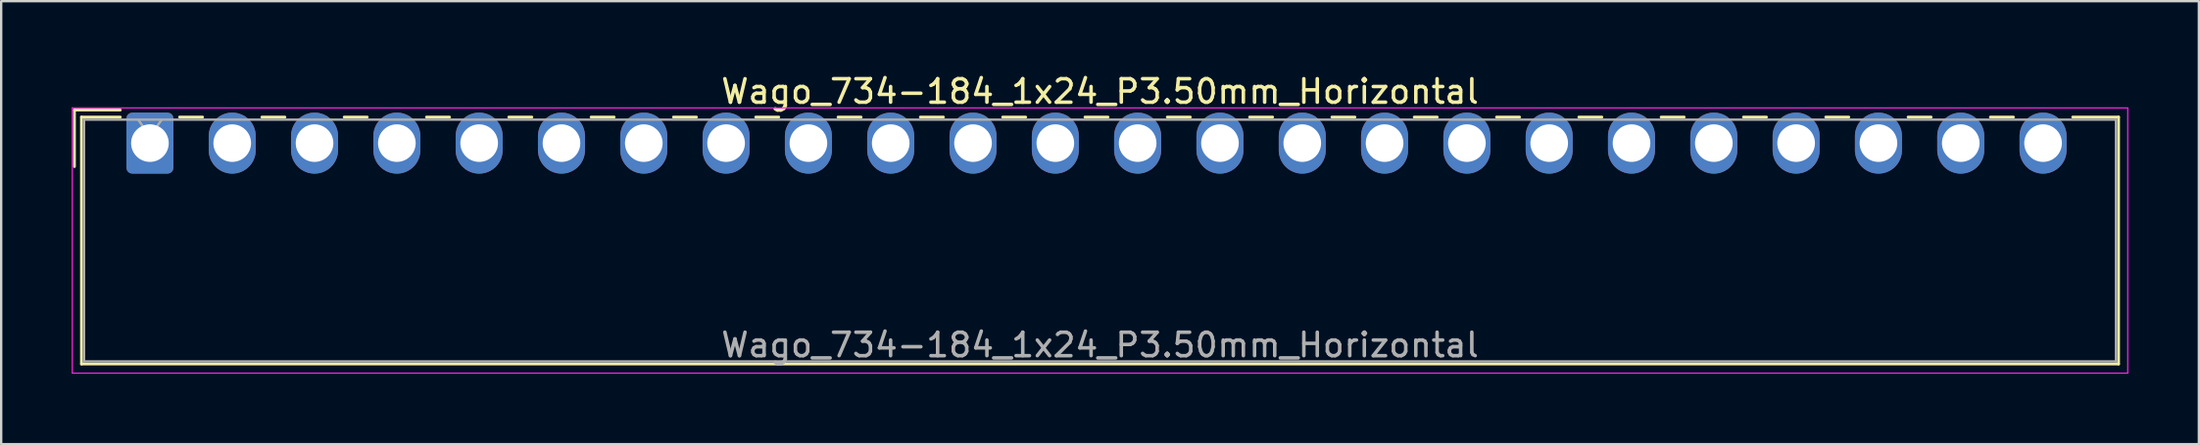
<source format=kicad_pcb>
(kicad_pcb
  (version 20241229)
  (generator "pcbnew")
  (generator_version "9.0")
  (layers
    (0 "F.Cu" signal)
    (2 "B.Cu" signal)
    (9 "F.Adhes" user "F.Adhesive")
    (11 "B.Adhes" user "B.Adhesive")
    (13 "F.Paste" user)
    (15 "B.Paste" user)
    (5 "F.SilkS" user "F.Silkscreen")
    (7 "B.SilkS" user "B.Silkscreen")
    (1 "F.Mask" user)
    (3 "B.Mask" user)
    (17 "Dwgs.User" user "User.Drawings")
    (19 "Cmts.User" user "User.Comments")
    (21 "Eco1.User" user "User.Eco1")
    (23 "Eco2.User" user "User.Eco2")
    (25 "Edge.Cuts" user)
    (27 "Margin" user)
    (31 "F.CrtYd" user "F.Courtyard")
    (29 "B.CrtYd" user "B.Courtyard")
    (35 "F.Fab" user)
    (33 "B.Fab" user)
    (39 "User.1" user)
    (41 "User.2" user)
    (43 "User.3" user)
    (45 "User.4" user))
  (footprint "Wago_734-184_1x24_P3.50mm_Horizontal"
    (layer "F.Cu")
    (at 3.325 3.048)
    (property "Reference" "Wago_734-184_1x24_P3.50mm_Horizontal" (at 40.4 -2.2 0) (layer "F.SilkS") (effects (font (size 1 1) (thickness 0.15))))
    (attr through_hole)
    (fp_line (start -3.21 -1.41) (end -1.26 -1.41) (stroke (width 0.12) (type solid)) (layer "F.SilkS"))
    (fp_line (start -3.21 1) (end -3.21 -1.41) (stroke (width 0.12) (type solid)) (layer "F.SilkS"))
    (fp_line (start -2.91 -1.11) (end -2.91 9.41) (stroke (width 0.12) (type solid)) (layer "F.SilkS"))
    (fp_line (start -2.91 9.41) (end 83.71 9.41) (stroke (width 0.12) (type solid)) (layer "F.SilkS"))
    (fp_line (start -1.26 -1.11) (end -2.91 -1.11) (stroke (width 0.12) (type solid)) (layer "F.SilkS"))
    (fp_line (start 1.26 -1.11) (end 2.24 -1.11) (stroke (width 0.12) (type solid)) (layer "F.SilkS"))
    (fp_line (start 4.76 -1.11) (end 5.74 -1.11) (stroke (width 0.12) (type solid)) (layer "F.SilkS"))
    (fp_line (start 8.26 -1.11) (end 9.24 -1.11) (stroke (width 0.12) (type solid)) (layer "F.SilkS"))
    (fp_line (start 11.76 -1.11) (end 12.74 -1.11) (stroke (width 0.12) (type solid)) (layer "F.SilkS"))
    (fp_line (start 15.26 -1.11) (end 16.24 -1.11) (stroke (width 0.12) (type solid)) (layer "F.SilkS"))
    (fp_line (start 18.76 -1.11) (end 19.74 -1.11) (stroke (width 0.12) (type solid)) (layer "F.SilkS"))
    (fp_line (start 22.26 -1.11) (end 23.24 -1.11) (stroke (width 0.12) (type solid)) (layer "F.SilkS"))
    (fp_line (start 25.76 -1.11) (end 26.74 -1.11) (stroke (width 0.12) (type solid)) (layer "F.SilkS"))
    (fp_line (start 29.26 -1.11) (end 30.24 -1.11) (stroke (width 0.12) (type solid)) (layer "F.SilkS"))
    (fp_line (start 32.76 -1.11) (end 33.74 -1.11) (stroke (width 0.12) (type solid)) (layer "F.SilkS"))
    (fp_line (start 36.26 -1.11) (end 37.24 -1.11) (stroke (width 0.12) (type solid)) (layer "F.SilkS"))
    (fp_line (start 39.76 -1.11) (end 40.74 -1.11) (stroke (width 0.12) (type solid)) (layer "F.SilkS"))
    (fp_line (start 43.26 -1.11) (end 44.24 -1.11) (stroke (width 0.12) (type solid)) (layer "F.SilkS"))
    (fp_line (start 46.76 -1.11) (end 47.74 -1.11) (stroke (width 0.12) (type solid)) (layer "F.SilkS"))
    (fp_line (start 50.26 -1.11) (end 51.24 -1.11) (stroke (width 0.12) (type solid)) (layer "F.SilkS"))
    (fp_line (start 53.76 -1.11) (end 54.74 -1.11) (stroke (width 0.12) (type solid)) (layer "F.SilkS"))
    (fp_line (start 57.26 -1.11) (end 58.24 -1.11) (stroke (width 0.12) (type solid)) (layer "F.SilkS"))
    (fp_line (start 60.76 -1.11) (end 61.74 -1.11) (stroke (width 0.12) (type solid)) (layer "F.SilkS"))
    (fp_line (start 64.26 -1.11) (end 65.24 -1.11) (stroke (width 0.12) (type solid)) (layer "F.SilkS"))
    (fp_line (start 67.76 -1.11) (end 68.74 -1.11) (stroke (width 0.12) (type solid)) (layer "F.SilkS"))
    (fp_line (start 71.26 -1.11) (end 72.24 -1.11) (stroke (width 0.12) (type solid)) (layer "F.SilkS"))
    (fp_line (start 74.76 -1.11) (end 75.74 -1.11) (stroke (width 0.12) (type solid)) (layer "F.SilkS"))
    (fp_line (start 78.26 -1.11) (end 79.24 -1.11) (stroke (width 0.12) (type solid)) (layer "F.SilkS"))
    (fp_line (start 83.71 -1.11) (end 81.76 -1.11) (stroke (width 0.12) (type solid)) (layer "F.SilkS"))
    (fp_line (start 83.71 9.41) (end 83.71 -1.11) (stroke (width 0.12) (type solid)) (layer "F.SilkS"))
    (fp_line (start -3.3 -1.5) (end -3.3 9.8) (stroke (width 0.05) (type solid)) (layer "F.CrtYd"))
    (fp_line (start -3.3 9.8) (end 84.1 9.8) (stroke (width 0.05) (type solid)) (layer "F.CrtYd"))
    (fp_line (start 84.1 -1.5) (end -3.3 -1.5) (stroke (width 0.05) (type solid)) (layer "F.CrtYd"))
    (fp_line (start 84.1 9.8) (end 84.1 -1.5) (stroke (width 0.05) (type solid)) (layer "F.CrtYd"))
    (fp_line (start -2.8 -1) (end -2.8 9.3) (stroke (width 0.1) (type solid)) (layer "F.Fab"))
    (fp_line (start -2.8 9.3) (end 83.6 9.3) (stroke (width 0.1) (type solid)) (layer "F.Fab"))
    (fp_line (start -0.5 -1) (end 0 -0.293) (stroke (width 0.1) (type solid)) (layer "F.Fab"))
    (fp_line (start 0 -0.293) (end 0.5 -1) (stroke (width 0.1) (type solid)) (layer "F.Fab"))
    (fp_line (start 83.6 -1) (end -2.8 -1) (stroke (width 0.1) (type solid)) (layer "F.Fab"))
    (fp_line (start 83.6 9.3) (end 83.6 -1) (stroke (width 0.1) (type solid)) (layer "F.Fab"))
    (fp_text user "${REFERENCE}" (at 40.4 8.6 0) (layer "F.Fab") (effects (font (size 1 1) (thickness 0.15))))
    (pad "1" thru_hole roundrect (at 0 0) (size 2 2.6) (drill 1.6) (layers "*.Cu" "*.Mask") (roundrect_rratio 0.125))
    (pad "2" thru_hole oval (at 3.5 0) (size 2 2.6) (drill 1.6) (layers "*.Cu" "*.Mask"))
    (pad "3" thru_hole oval (at 7 0) (size 2 2.6) (drill 1.6) (layers "*.Cu" "*.Mask"))
    (pad "4" thru_hole oval (at 10.5 0) (size 2 2.6) (drill 1.6) (layers "*.Cu" "*.Mask"))
    (pad "5" thru_hole oval (at 14 0) (size 2 2.6) (drill 1.6) (layers "*.Cu" "*.Mask"))
    (pad "6" thru_hole oval (at 17.5 0) (size 2 2.6) (drill 1.6) (layers "*.Cu" "*.Mask"))
    (pad "7" thru_hole oval (at 21 0) (size 2 2.6) (drill 1.6) (layers "*.Cu" "*.Mask"))
    (pad "8" thru_hole oval (at 24.5 0) (size 2 2.6) (drill 1.6) (layers "*.Cu" "*.Mask"))
    (pad "9" thru_hole oval (at 28 0) (size 2 2.6) (drill 1.6) (layers "*.Cu" "*.Mask"))
    (pad "10" thru_hole oval (at 31.5 0) (size 2 2.6) (drill 1.6) (layers "*.Cu" "*.Mask"))
    (pad "11" thru_hole oval (at 35 0) (size 2 2.6) (drill 1.6) (layers "*.Cu" "*.Mask"))
    (pad "12" thru_hole oval (at 38.5 0) (size 2 2.6) (drill 1.6) (layers "*.Cu" "*.Mask"))
    (pad "13" thru_hole oval (at 42 0) (size 2 2.6) (drill 1.6) (layers "*.Cu" "*.Mask"))
    (pad "14" thru_hole oval (at 45.5 0) (size 2 2.6) (drill 1.6) (layers "*.Cu" "*.Mask"))
    (pad "15" thru_hole oval (at 49 0) (size 2 2.6) (drill 1.6) (layers "*.Cu" "*.Mask"))
    (pad "16" thru_hole oval (at 52.5 0) (size 2 2.6) (drill 1.6) (layers "*.Cu" "*.Mask"))
    (pad "17" thru_hole oval (at 56 0) (size 2 2.6) (drill 1.6) (layers "*.Cu" "*.Mask"))
    (pad "18" thru_hole oval (at 59.5 0) (size 2 2.6) (drill 1.6) (layers "*.Cu" "*.Mask"))
    (pad "19" thru_hole oval (at 63 0) (size 2 2.6) (drill 1.6) (layers "*.Cu" "*.Mask"))
    (pad "20" thru_hole oval (at 66.5 0) (size 2 2.6) (drill 1.6) (layers "*.Cu" "*.Mask"))
    (pad "21" thru_hole oval (at 70 0) (size 2 2.6) (drill 1.6) (layers "*.Cu" "*.Mask"))
    (pad "22" thru_hole oval (at 73.5 0) (size 2 2.6) (drill 1.6) (layers "*.Cu" "*.Mask"))
    (pad "23" thru_hole oval (at 77 0) (size 2 2.6) (drill 1.6) (layers "*.Cu" "*.Mask"))
    (pad "24" thru_hole oval (at 80.5 0) (size 2 2.6) (drill 1.6) (layers "*.Cu" "*.Mask")))
  (gr_rect
    (start -3 -3)
    (end 90.45 15.873)
    (stroke (width 0.1) (type default))
    (fill no)
    (layer "Edge.Cuts")))
</source>
